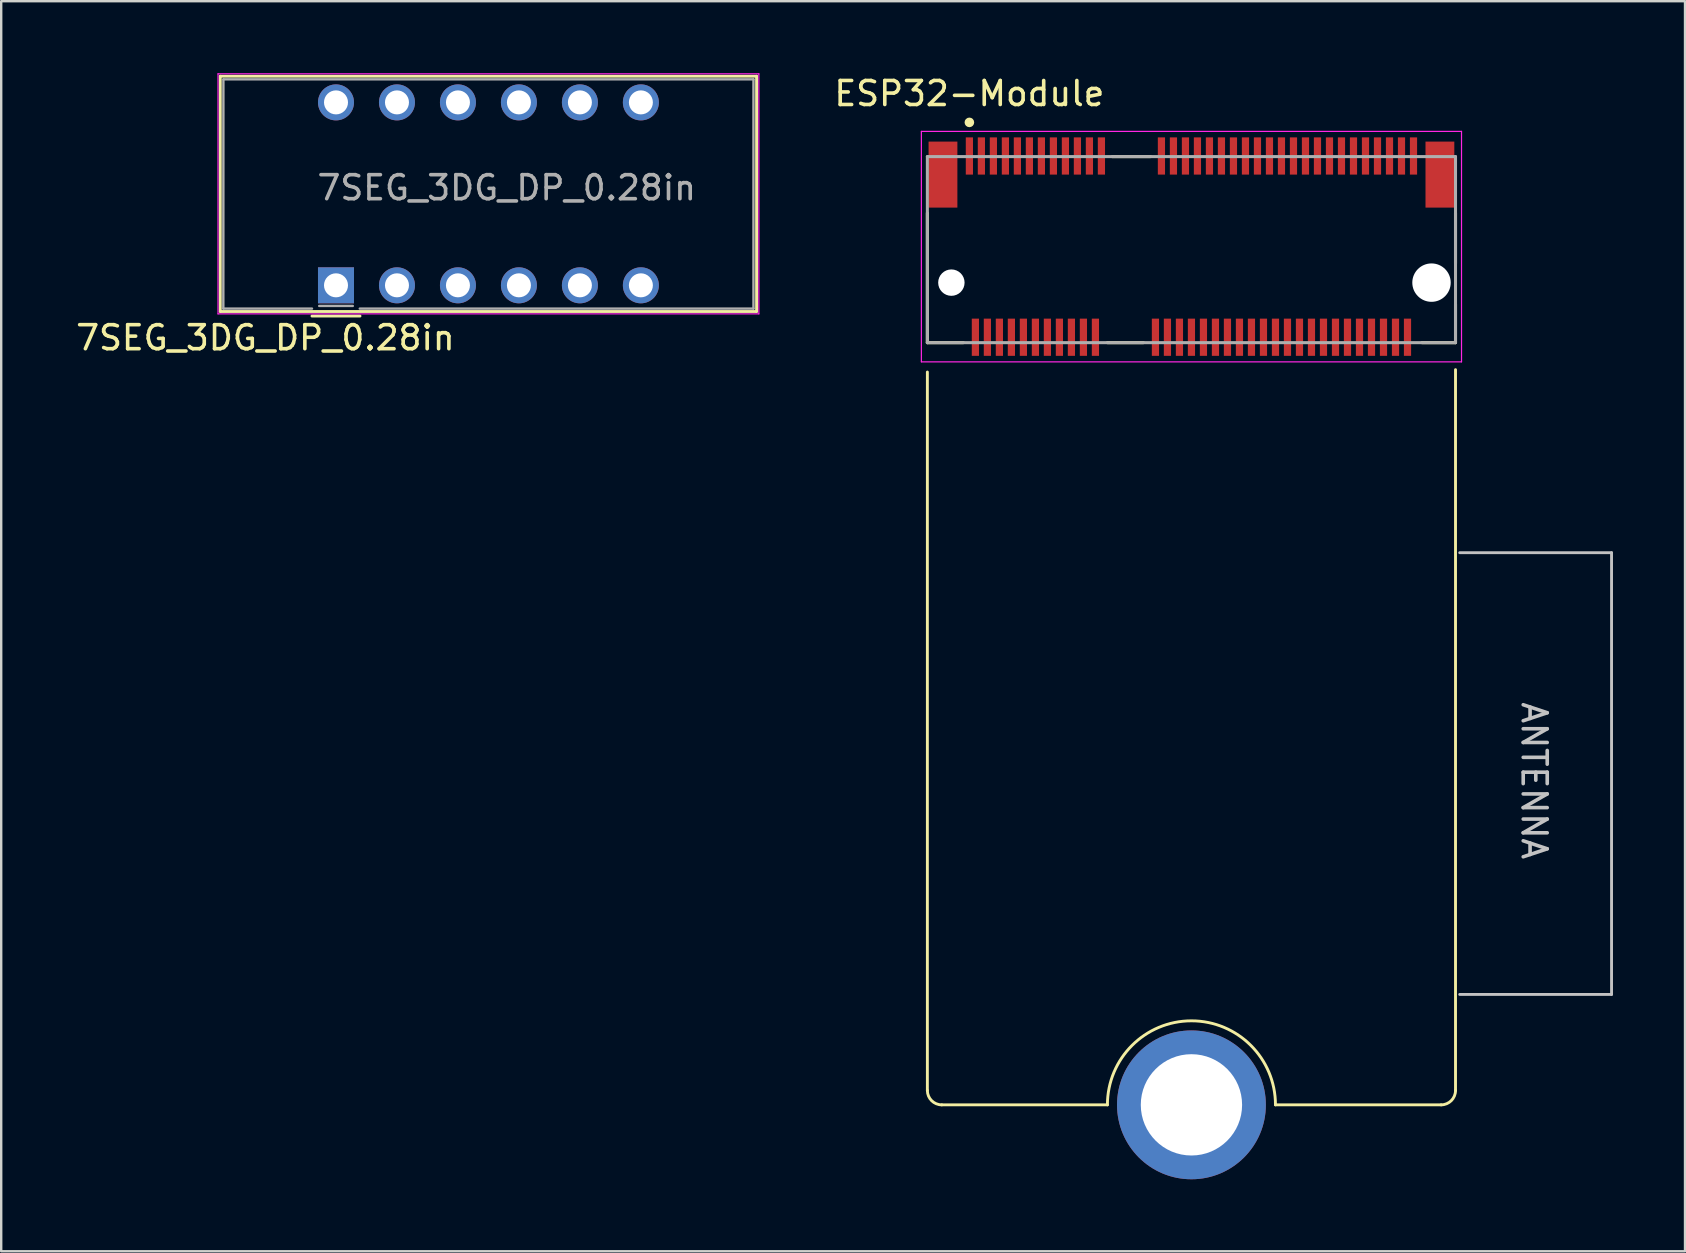
<source format=kicad_pcb>
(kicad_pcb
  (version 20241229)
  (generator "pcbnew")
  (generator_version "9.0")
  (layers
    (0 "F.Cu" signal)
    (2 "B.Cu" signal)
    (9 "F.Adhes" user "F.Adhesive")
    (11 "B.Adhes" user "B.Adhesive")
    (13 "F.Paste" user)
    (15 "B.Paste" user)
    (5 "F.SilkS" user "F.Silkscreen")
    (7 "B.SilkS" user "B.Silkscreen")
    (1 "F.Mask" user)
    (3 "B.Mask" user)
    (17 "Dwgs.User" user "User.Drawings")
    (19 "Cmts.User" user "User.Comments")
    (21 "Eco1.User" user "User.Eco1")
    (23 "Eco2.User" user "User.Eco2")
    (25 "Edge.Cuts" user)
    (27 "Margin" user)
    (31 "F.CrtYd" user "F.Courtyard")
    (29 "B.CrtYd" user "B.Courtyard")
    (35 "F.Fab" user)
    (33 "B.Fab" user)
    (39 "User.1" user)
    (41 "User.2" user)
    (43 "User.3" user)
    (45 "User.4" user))
  (footprint "ESP32-Module"
    (layer "F.Cu")
    (at 37.33 3.448)
    (property "Reference" "ESP32-Module" (at 0 -2.6 0) (unlocked yes) (layer "F.SilkS") (effects (font (size 1 1) (thickness 0.15))))
    (attr smd)
    (fp_line (start -1.75 2.375) (end -1.75 7.775) (stroke (width 0.127) (type solid)) (layer "F.SilkS"))
    (fp_line (start -1.75 7.775) (end -0.25 7.775) (stroke (width 0.127) (type solid)) (layer "F.SilkS"))
    (fp_line (start -1.75 9) (end -1.75 38.925) (stroke (width 0.12) (type solid)) (layer "F.SilkS"))
    (fp_line (start -1.15 39.525) (end 5.75 39.525) (stroke (width 0.12) (type solid)) (layer "F.SilkS"))
    (fp_line (start 5.75 7.775) (end 7.25 7.775) (stroke (width 0.127) (type solid)) (layer "F.SilkS"))
    (fp_line (start 5.95 0.025) (end 7.55 0.025) (stroke (width 0.127) (type solid)) (layer "F.SilkS"))
    (fp_line (start 12.75 39.525) (end 19.65 39.525) (stroke (width 0.12) (type solid)) (layer "F.SilkS"))
    (fp_line (start 18.85 7.775) (end 20.25 7.775) (stroke (width 0.127) (type solid)) (layer "F.SilkS"))
    (fp_line (start 20.25 2.375) (end 20.25 4.475) (stroke (width 0.127) (type solid)) (layer "F.SilkS"))
    (fp_line (start 20.25 7.775) (end 20.25 6.175) (stroke (width 0.127) (type solid)) (layer "F.SilkS"))
    (fp_line (start 20.25 8.9) (end 20.25 38.925) (stroke (width 0.12) (type solid)) (layer "F.SilkS"))
    (fp_arc (start -1.15 39.525) (mid -1.574264 39.349264) (end -1.75 38.925) (stroke (width 0.12) (type solid)) (layer "F.SilkS"))
    (fp_arc (start 5.75 39.525) (mid 9.25 36.025) (end 12.75 39.525) (stroke (width 0.12) (type solid)) (layer "F.SilkS"))
    (fp_arc (start 20.25 38.925) (mid 20.074264 39.349264) (end 19.65 39.525) (stroke (width 0.12) (type solid)) (layer "F.SilkS"))
    (fp_circle (center 0 -1.4) (end 0.1 -1.4) (stroke (width 0.2) (type solid)) (fill no) (layer "F.SilkS"))
    (fp_line (start 20.425 16.525) (end 26.75 16.525) (stroke (width 0.12) (type solid)) (layer "Dwgs.User"))
    (fp_line (start 20.425 34.925) (end 26.75 34.925) (stroke (width 0.12) (type solid)) (layer "Dwgs.User"))
    (fp_line (start 26.75 16.525) (end 26.75 34.925) (stroke (width 0.12) (type solid)) (layer "Dwgs.User"))
    (fp_line (start -2 -1.025) (end 20.5 -1.025) (stroke (width 0.05) (type solid)) (layer "F.CrtYd"))
    (fp_line (start -2 8.575) (end -2 -1.025) (stroke (width 0.05) (type solid)) (layer "F.CrtYd"))
    (fp_line (start 20.5 -1.025) (end 20.5 8.575) (stroke (width 0.05) (type solid)) (layer "F.CrtYd"))
    (fp_line (start 20.5 8.575) (end -2 8.575) (stroke (width 0.05) (type solid)) (layer "F.CrtYd"))
    (fp_line (start -1.75 0.025) (end 20.25 0.025) (stroke (width 0.127) (type solid)) (layer "F.Fab"))
    (fp_line (start -1.75 7.775) (end -1.75 0.025) (stroke (width 0.127) (type solid)) (layer "F.Fab"))
    (fp_line (start 20.25 0.025) (end 20.25 7.775) (stroke (width 0.127) (type solid)) (layer "F.Fab"))
    (fp_line (start 20.25 7.775) (end -1.75 7.775) (stroke (width 0.127) (type solid)) (layer "F.Fab"))
    (fp_text user "ANTENNA" (at 23.525 26.025 270) (unlocked yes) (layer "Dwgs.User") (effects (font (size 1 1) (thickness 0.15))))
    (pad "" np_thru_hole circle (at -0.75 5.275) (size 1.1 1.1) (drill 1.1) (layers "*.Cu" "*.Mask"))
    (pad "" np_thru_hole circle (at 9.25 39.525) (size 6.2 6.2) (drill 4.22) (layers "*.Cu" "*.Mask"))
    (pad "" np_thru_hole circle (at 19.25 5.275) (size 1.6 1.6) (drill 1.6) (layers "*.Cu" "*.Mask"))
    (pad "1" smd rect (at 0 0) (size 0.3 1.55) (layers "F.Cu" "F.Mask" "F.Paste"))
    (pad "2" smd rect (at 0.25 7.55) (size 0.3 1.55) (layers "F.Cu" "F.Mask" "F.Paste"))
    (pad "3" smd rect (at 0.5 0) (size 0.3 1.55) (layers "F.Cu" "F.Mask" "F.Paste"))
    (pad "4" smd rect (at 0.75 7.55) (size 0.3 1.55) (layers "F.Cu" "F.Mask" "F.Paste"))
    (pad "5" smd rect (at 1 0) (size 0.3 1.55) (layers "F.Cu" "F.Mask" "F.Paste"))
    (pad "6" smd rect (at 1.25 7.55) (size 0.3 1.55) (layers "F.Cu" "F.Mask" "F.Paste"))
    (pad "7" smd rect (at 1.5 0) (size 0.3 1.55) (layers "F.Cu" "F.Mask" "F.Paste"))
    (pad "8" smd rect (at 1.75 7.55) (size 0.3 1.55) (layers "F.Cu" "F.Mask" "F.Paste"))
    (pad "9" smd rect (at 2 0) (size 0.3 1.55) (layers "F.Cu" "F.Mask" "F.Paste"))
    (pad "10" smd rect (at 2.25 7.55) (size 0.3 1.55) (layers "F.Cu" "F.Mask" "F.Paste"))
    (pad "11" smd rect (at 2.5 0) (size 0.3 1.55) (layers "F.Cu" "F.Mask" "F.Paste"))
    (pad "12" smd rect (at 2.75 7.55) (size 0.3 1.55) (layers "F.Cu" "F.Mask" "F.Paste"))
    (pad "13" smd rect (at 3 0) (size 0.3 1.55) (layers "F.Cu" "F.Mask" "F.Paste"))
    (pad "14" smd rect (at 3.25 7.55) (size 0.3 1.55) (layers "F.Cu" "F.Mask" "F.Paste"))
    (pad "15" smd rect (at 3.5 0) (size 0.3 1.55) (layers "F.Cu" "F.Mask" "F.Paste"))
    (pad "16" smd rect (at 3.75 7.55) (size 0.3 1.55) (layers "F.Cu" "F.Mask" "F.Paste"))
    (pad "17" smd rect (at 4 0) (size 0.3 1.55) (layers "F.Cu" "F.Mask" "F.Paste"))
    (pad "18" smd rect (at 4.25 7.55) (size 0.3 1.55) (layers "F.Cu" "F.Mask" "F.Paste"))
    (pad "19" smd rect (at 4.5 0) (size 0.3 1.55) (layers "F.Cu" "F.Mask" "F.Paste"))
    (pad "20" smd rect (at 4.75 7.55) (size 0.3 1.55) (layers "F.Cu" "F.Mask" "F.Paste"))
    (pad "21" smd rect (at 5 0) (size 0.3 1.55) (layers "F.Cu" "F.Mask" "F.Paste"))
    (pad "22" smd rect (at 5.25 7.55) (size 0.3 1.55) (layers "F.Cu" "F.Mask" "F.Paste"))
    (pad "23" smd rect (at 5.5 0) (size 0.3 1.55) (layers "F.Cu" "F.Mask" "F.Paste"))
    (pad "32" smd rect (at 7.75 7.55) (size 0.3 1.55) (layers "F.Cu" "F.Mask" "F.Paste"))
    (pad "33" smd rect (at 8 0) (size 0.3 1.55) (layers "F.Cu" "F.Mask" "F.Paste"))
    (pad "34" smd rect (at 8.25 7.55) (size 0.3 1.55) (layers "F.Cu" "F.Mask" "F.Paste"))
    (pad "35" smd rect (at 8.5 0) (size 0.3 1.55) (layers "F.Cu" "F.Mask" "F.Paste"))
    (pad "36" smd rect (at 8.75 7.55) (size 0.3 1.55) (layers "F.Cu" "F.Mask" "F.Paste"))
    (pad "37" smd rect (at 9 0) (size 0.3 1.55) (layers "F.Cu" "F.Mask" "F.Paste"))
    (pad "38" smd rect (at 9.25 7.55) (size 0.3 1.55) (layers "F.Cu" "F.Mask" "F.Paste"))
    (pad "39" smd rect (at 9.5 0) (size 0.3 1.55) (layers "F.Cu" "F.Mask" "F.Paste"))
    (pad "40" smd rect (at 9.75 7.55) (size 0.3 1.55) (layers "F.Cu" "F.Mask" "F.Paste"))
    (pad "41" smd rect (at 10 0) (size 0.3 1.55) (layers "F.Cu" "F.Mask" "F.Paste"))
    (pad "42" smd rect (at 10.25 7.55) (size 0.3 1.55) (layers "F.Cu" "F.Mask" "F.Paste"))
    (pad "43" smd rect (at 10.5 0) (size 0.3 1.55) (layers "F.Cu" "F.Mask" "F.Paste"))
    (pad "44" smd rect (at 10.75 7.55) (size 0.3 1.55) (layers "F.Cu" "F.Mask" "F.Paste"))
    (pad "45" smd rect (at 11 0) (size 0.3 1.55) (layers "F.Cu" "F.Mask" "F.Paste"))
    (pad "46" smd rect (at 11.25 7.55) (size 0.3 1.55) (layers "F.Cu" "F.Mask" "F.Paste"))
    (pad "47" smd rect (at 11.5 0) (size 0.3 1.55) (layers "F.Cu" "F.Mask" "F.Paste"))
    (pad "48" smd rect (at 11.75 7.55) (size 0.3 1.55) (layers "F.Cu" "F.Mask" "F.Paste"))
    (pad "49" smd rect (at 12 0) (size 0.3 1.55) (layers "F.Cu" "F.Mask" "F.Paste"))
    (pad "50" smd rect (at 12.25 7.55) (size 0.3 1.55) (layers "F.Cu" "F.Mask" "F.Paste"))
    (pad "51" smd rect (at 12.5 0) (size 0.3 1.55) (layers "F.Cu" "F.Mask" "F.Paste"))
    (pad "52" smd rect (at 12.75 7.55) (size 0.3 1.55) (layers "F.Cu" "F.Mask" "F.Paste"))
    (pad "53" smd rect (at 13 0) (size 0.3 1.55) (layers "F.Cu" "F.Mask" "F.Paste"))
    (pad "54" smd rect (at 13.25 7.55) (size 0.3 1.55) (layers "F.Cu" "F.Mask" "F.Paste"))
    (pad "55" smd rect (at 13.5 0) (size 0.3 1.55) (layers "F.Cu" "F.Mask" "F.Paste"))
    (pad "56" smd rect (at 13.75 7.55) (size 0.3 1.55) (layers "F.Cu" "F.Mask" "F.Paste"))
    (pad "57" smd rect (at 14 0) (size 0.3 1.55) (layers "F.Cu" "F.Mask" "F.Paste"))
    (pad "58" smd rect (at 14.25 7.55) (size 0.3 1.55) (layers "F.Cu" "F.Mask" "F.Paste"))
    (pad "59" smd rect (at 14.5 0) (size 0.3 1.55) (layers "F.Cu" "F.Mask" "F.Paste"))
    (pad "60" smd rect (at 14.75 7.55) (size 0.3 1.55) (layers "F.Cu" "F.Mask" "F.Paste"))
    (pad "61" smd rect (at 15 0) (size 0.3 1.55) (layers "F.Cu" "F.Mask" "F.Paste"))
    (pad "62" smd rect (at 15.25 7.55) (size 0.3 1.55) (layers "F.Cu" "F.Mask" "F.Paste"))
    (pad "63" smd rect (at 15.5 0) (size 0.3 1.55) (layers "F.Cu" "F.Mask" "F.Paste"))
    (pad "64" smd rect (at 15.75 7.55) (size 0.3 1.55) (layers "F.Cu" "F.Mask" "F.Paste"))
    (pad "65" smd rect (at 16 0) (size 0.3 1.55) (layers "F.Cu" "F.Mask" "F.Paste"))
    (pad "66" smd rect (at 16.25 7.55) (size 0.3 1.55) (layers "F.Cu" "F.Mask" "F.Paste"))
    (pad "67" smd rect (at 16.5 0) (size 0.3 1.55) (layers "F.Cu" "F.Mask" "F.Paste"))
    (pad "68" smd rect (at 16.75 7.55) (size 0.3 1.55) (layers "F.Cu" "F.Mask" "F.Paste"))
    (pad "69" smd rect (at 17 0) (size 0.3 1.55) (layers "F.Cu" "F.Mask" "F.Paste"))
    (pad "70" smd rect (at 17.25 7.55) (size 0.3 1.55) (layers "F.Cu" "F.Mask" "F.Paste"))
    (pad "71" smd rect (at 17.5 0) (size 0.3 1.55) (layers "F.Cu" "F.Mask" "F.Paste"))
    (pad "72" smd rect (at 17.75 7.55) (size 0.3 1.55) (layers "F.Cu" "F.Mask" "F.Paste"))
    (pad "73" smd rect (at 18 0) (size 0.3 1.55) (layers "F.Cu" "F.Mask" "F.Paste"))
    (pad "74" smd rect (at 18.25 7.55) (size 0.3 1.55) (layers "F.Cu" "F.Mask" "F.Paste"))
    (pad "75" smd rect (at 18.5 0) (size 0.3 1.55) (layers "F.Cu" "F.Mask" "F.Paste"))
    (pad "S1" smd rect (at -1.1 0.775) (size 1.2 2.75) (layers "F.Cu" "F.Mask" "F.Paste"))
    (pad "S2" smd rect (at 19.6 0.775) (size 1.2 2.75) (layers "F.Cu" "F.Mask" "F.Paste")))
  (footprint "7SEG_3DG_DP_0.28in"
    (layer "F.Cu")
    (at 10.946 8.835)
    (property "Reference" "7SEG_3DG_DP_0.28in" (at -2.94 2.185 0) (unlocked yes) (layer "F.SilkS") (effects (font (size 1 1) (thickness 0.15))))
    (attr through_hole)
    (fp_line (start -4.82 1.09) (end -4.82 -8.71) (stroke (width 0.12) (type solid)) (layer "F.SilkS"))
    (fp_line (start -4.82 1.09) (end 17.52 1.09) (stroke (width 0.12) (type solid)) (layer "F.SilkS"))
    (fp_line (start -1 1.28) (end 1 1.28) (stroke (width 0.12) (type solid)) (layer "F.SilkS"))
    (fp_line (start 17.52 -8.71) (end -4.82 -8.71) (stroke (width 0.12) (type solid)) (layer "F.SilkS"))
    (fp_line (start 17.52 1.09) (end 17.52 -8.71) (stroke (width 0.12) (type solid)) (layer "F.SilkS"))
    (fp_line (start -4.915 -8.81) (end 17.615 -8.81) (stroke (width 0.05) (type solid)) (layer "F.CrtYd"))
    (fp_line (start -4.915 1.19) (end -4.915 -8.81) (stroke (width 0.05) (type solid)) (layer "F.CrtYd"))
    (fp_line (start 17.615 -8.81) (end 17.615 1.19) (stroke (width 0.05) (type solid)) (layer "F.CrtYd"))
    (fp_line (start 17.615 1.19) (end -4.915 1.19) (stroke (width 0.05) (type solid)) (layer "F.CrtYd"))
    (fp_line (start -4.693 0.97) (end -4.69 -8.58) (stroke (width 0.1) (type solid)) (layer "F.Fab"))
    (fp_line (start -4.69 -8.58) (end 17.39 -8.58) (stroke (width 0.1) (type solid)) (layer "F.Fab"))
    (fp_line (start -1 0.97) (end -4.693 0.97) (stroke (width 0.1) (type solid)) (layer "F.Fab"))
    (fp_line (start -0.7 0.86) (end 0.7 0.86) (stroke (width 0.1) (type solid)) (layer "F.Fab"))
    (fp_line (start 0.99 0.97) (end 17.39 0.97) (stroke (width 0.1) (type solid)) (layer "F.Fab"))
    (fp_line (start 17.39 0.97) (end 17.39 -8.58) (stroke (width 0.1) (type solid)) (layer "F.Fab"))
    (fp_text user "${REFERENCE}" (at 7.112 -4.064 180) (layer "F.Fab") (effects (font (size 1 1) (thickness 0.15))))
    (pad "1" thru_hole rect (at 0 0 90) (size 1.5 1.5) (drill 1) (layers "*.Cu" "*.Mask"))
    (pad "2" thru_hole circle (at 2.54 0 90) (size 1.5 1.5) (drill 1) (layers "*.Cu" "*.Mask"))
    (pad "3" thru_hole circle (at 5.08 0 90) (size 1.5 1.5) (drill 1) (layers "*.Cu" "*.Mask"))
    (pad "4" thru_hole circle (at 7.62 0 90) (size 1.5 1.5) (drill 1) (layers "*.Cu" "*.Mask"))
    (pad "5" thru_hole circle (at 10.16 0 90) (size 1.5 1.5) (drill 1) (layers "*.Cu" "*.Mask"))
    (pad "6" thru_hole circle (at 12.7 0 90) (size 1.5 1.5) (drill 1) (layers "*.Cu" "*.Mask"))
    (pad "7" thru_hole circle (at 12.7 -7.62 90) (size 1.5 1.5) (drill 1) (layers "*.Cu" "*.Mask"))
    (pad "8" thru_hole circle (at 10.16 -7.62 90) (size 1.5 1.5) (drill 1) (layers "*.Cu" "*.Mask"))
    (pad "9" thru_hole circle (at 7.62 -7.62 90) (size 1.5 1.5) (drill 1) (layers "*.Cu" "*.Mask"))
    (pad "10" thru_hole circle (at 5.08 -7.62 90) (size 1.5 1.5) (drill 1) (layers "*.Cu" "*.Mask"))
    (pad "11" thru_hole circle (at 2.54 -7.62 90) (size 1.5 1.5) (drill 1) (layers "*.Cu" "*.Mask"))
    (pad "12" thru_hole circle (at 0 -7.62 90) (size 1.5 1.5) (drill 1) (layers "*.Cu" "*.Mask")))
  (gr_rect
    (start -3 -3)
    (end 67.14 49.073)
    (stroke (width 0.1) (type default))
    (fill no)
    (layer "Edge.Cuts")))
</source>
